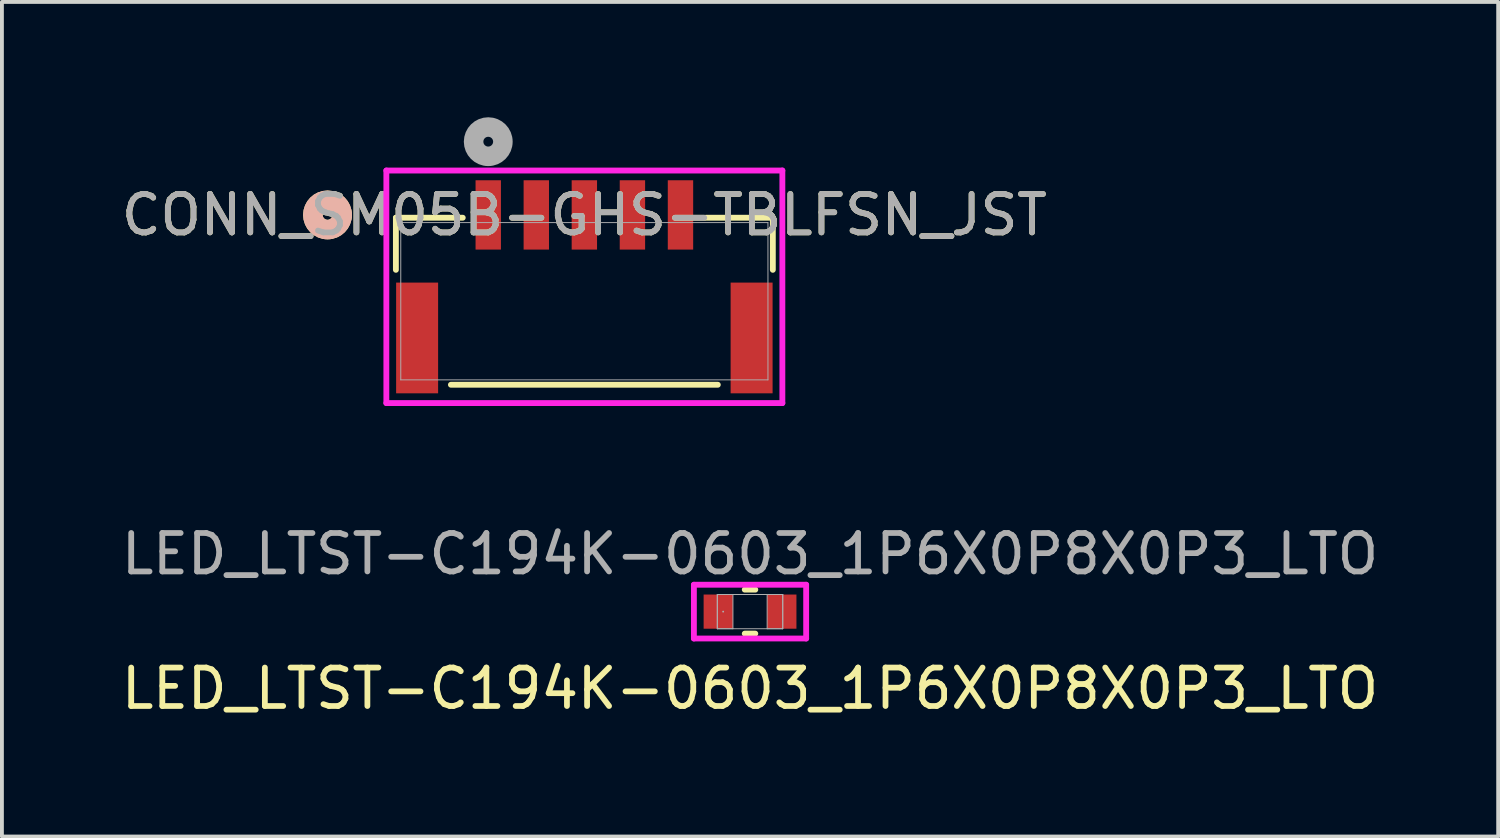
<source format=kicad_pcb>
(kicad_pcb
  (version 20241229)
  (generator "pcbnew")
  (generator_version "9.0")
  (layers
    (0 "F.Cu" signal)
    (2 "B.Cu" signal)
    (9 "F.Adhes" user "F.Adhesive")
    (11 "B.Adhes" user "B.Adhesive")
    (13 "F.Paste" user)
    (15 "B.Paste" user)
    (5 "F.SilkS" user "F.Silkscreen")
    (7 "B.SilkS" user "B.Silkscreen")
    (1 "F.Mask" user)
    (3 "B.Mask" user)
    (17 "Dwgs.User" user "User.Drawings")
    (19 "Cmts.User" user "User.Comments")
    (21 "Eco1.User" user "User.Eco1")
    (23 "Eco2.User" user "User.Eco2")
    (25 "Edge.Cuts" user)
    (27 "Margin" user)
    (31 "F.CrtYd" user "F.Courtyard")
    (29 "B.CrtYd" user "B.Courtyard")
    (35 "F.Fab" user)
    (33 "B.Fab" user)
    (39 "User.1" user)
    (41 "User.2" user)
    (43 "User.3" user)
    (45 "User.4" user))
  (footprint "CONN_SM05B-GHS-TBLFSN_JST"
    (layer "F.Cu")
    (at 12.149 4.785)
    (property "Reference" "CONN_SM05B-GHS-TBLFSN_JST" (at 0 -2.245 0) (unlocked yes) (layer "F.SilkS") (effects (font (size 1 1) (thickness 0.15))))
    (attr smd)
    (fp_line (start -4.902 -2.172) (end -4.902 -0.817) (stroke (width 0.152) (type solid)) (layer "F.SilkS"))
    (fp_line (start -3.471 2.172) (end 3.471 2.172) (stroke (width 0.152) (type solid)) (layer "F.SilkS"))
    (fp_line (start -3.163 -2.172) (end -4.902 -2.172) (stroke (width 0.152) (type solid)) (layer "F.SilkS"))
    (fp_line (start 4.902 -2.172) (end 3.163 -2.172) (stroke (width 0.152) (type solid)) (layer "F.SilkS"))
    (fp_line (start 4.902 -0.817) (end 4.902 -2.172) (stroke (width 0.152) (type solid)) (layer "F.SilkS"))
    (fp_circle (center -6.68 -2.245) (end -6.299 -2.245) (stroke (width 0.508) (type solid)) (fill no) (layer "F.SilkS"))
    (fp_circle (center -6.68 -2.245) (end -6.299 -2.245) (stroke (width 0.508) (type solid)) (fill no) (layer "B.SilkS"))
    (fp_line (start -5.15 -3.4) (end -5.15 2.649) (stroke (width 0.152) (type solid)) (layer "F.CrtYd"))
    (fp_line (start -5.15 2.649) (end 5.15 2.649) (stroke (width 0.152) (type solid)) (layer "F.CrtYd"))
    (fp_line (start 5.15 -3.4) (end -5.15 -3.4) (stroke (width 0.152) (type solid)) (layer "F.CrtYd"))
    (fp_line (start 5.15 2.649) (end 5.15 -3.4) (stroke (width 0.152) (type solid)) (layer "F.CrtYd"))
    (fp_line (start -4.775 -2.045) (end -4.775 2.045) (stroke (width 0.025) (type solid)) (layer "F.Fab"))
    (fp_line (start -4.775 2.045) (end 4.775 2.045) (stroke (width 0.025) (type solid)) (layer "F.Fab"))
    (fp_line (start 4.775 -2.045) (end -4.775 -2.045) (stroke (width 0.025) (type solid)) (layer "F.Fab"))
    (fp_line (start 4.775 2.045) (end 4.775 -2.045) (stroke (width 0.025) (type solid)) (layer "F.Fab"))
    (fp_circle (center -2.5 -4.15) (end -2.119 -4.15) (stroke (width 0.508) (type solid)) (fill no) (layer "F.Fab"))
    (fp_text user "${REFERENCE}" (at 0 -2.245 0) (unlocked yes) (layer "F.Fab") (effects (font (size 1 1) (thickness 0.15))))
    (pad "1" smd rect (at -2.5 -2.245) (size 0.66 1.803) (layers "F.Cu" "F.Mask" "F.Paste"))
    (pad "2" smd rect (at -1.25 -2.245) (size 0.66 1.803) (layers "F.Cu" "F.Mask" "F.Paste"))
    (pad "3" smd rect (at 0 -2.245) (size 0.66 1.803) (layers "F.Cu" "F.Mask" "F.Paste"))
    (pad "4" smd rect (at 1.25 -2.245) (size 0.66 1.803) (layers "F.Cu" "F.Mask" "F.Paste"))
    (pad "5" smd rect (at 2.5 -2.245) (size 0.66 1.803) (layers "F.Cu" "F.Mask" "F.Paste"))
    (pad "6" smd rect (at -4.35 0.955) (size 1.092 2.88) (layers "F.Cu" "F.Mask" "F.Paste"))
    (pad "7" smd rect (at 4.35 0.955) (size 1.092 2.88) (layers "F.Cu" "F.Mask" "F.Paste")))
  (footprint "LED_LTST-C194K-0603_1P6X0P8X0P3_LTO"
    (layer "F.Cu")
    (at 16.458 12.858)
    (property "Reference" "LED_LTST-C194K-0603_1P6X0P8X0P3_LTO" (at 0 2 0) (unlocked yes) (layer "F.SilkS") (effects (font (size 1 1) (thickness 0.15))))
    (attr smd)
    (fp_line (start -0.137 0.572) (end 0.137 0.572) (stroke (width 0.152) (type solid)) (layer "F.SilkS"))
    (fp_line (start 0.137 -0.572) (end -0.137 -0.572) (stroke (width 0.152) (type solid)) (layer "F.SilkS"))
    (fp_line (start -1.46 -0.699) (end 1.46 -0.699) (stroke (width 0.152) (type solid)) (layer "F.CrtYd"))
    (fp_line (start -1.46 0.699) (end -1.46 -0.699) (stroke (width 0.152) (type solid)) (layer "F.CrtYd"))
    (fp_line (start 1.46 -0.699) (end 1.46 0.699) (stroke (width 0.152) (type solid)) (layer "F.CrtYd"))
    (fp_line (start 1.46 0.699) (end -1.46 0.699) (stroke (width 0.152) (type solid)) (layer "F.CrtYd"))
    (fp_line (start -0.851 -0.445) (end -0.851 0.445) (stroke (width 0.025) (type solid)) (layer "F.Fab"))
    (fp_line (start -0.851 -0.445) (end -0.851 0.445) (stroke (width 0.025) (type solid)) (layer "F.Fab"))
    (fp_line (start -0.851 0.445) (end -0.445 0.445) (stroke (width 0.025) (type solid)) (layer "F.Fab"))
    (fp_line (start -0.851 0.445) (end 0.851 0.445) (stroke (width 0.025) (type solid)) (layer "F.Fab"))
    (fp_line (start -0.445 -0.445) (end -0.851 -0.445) (stroke (width 0.025) (type solid)) (layer "F.Fab"))
    (fp_line (start -0.445 0.445) (end -0.445 -0.445) (stroke (width 0.025) (type solid)) (layer "F.Fab"))
    (fp_line (start 0.445 -0.445) (end 0.445 0.445) (stroke (width 0.025) (type solid)) (layer "F.Fab"))
    (fp_line (start 0.445 0.445) (end 0.851 0.445) (stroke (width 0.025) (type solid)) (layer "F.Fab"))
    (fp_line (start 0.851 -0.445) (end -0.851 -0.445) (stroke (width 0.025) (type solid)) (layer "F.Fab"))
    (fp_line (start 0.851 -0.445) (end 0.445 -0.445) (stroke (width 0.025) (type solid)) (layer "F.Fab"))
    (fp_line (start 0.851 0.445) (end 0.851 -0.445) (stroke (width 0.025) (type solid)) (layer "F.Fab"))
    (fp_line (start 0.851 0.445) (end 0.851 -0.445) (stroke (width 0.025) (type solid)) (layer "F.Fab"))
    (fp_circle (center -0.699 0) (end -0.699 0) (stroke (width 0.025) (type solid)) (fill no) (layer "F.Fab"))
    (fp_text user "${REFERENCE}" (at 0 -1.5 0) (unlocked yes) (layer "F.Fab") (effects (font (size 1 1) (thickness 0.15))))
    (pad "1" smd rect (at -0.826 0) (size 0.762 0.889) (layers "F.Cu" "F.Mask" "F.Paste"))
    (pad "2" smd rect (at 0.826 0) (size 0.762 0.889) (layers "F.Cu" "F.Mask" "F.Paste"))
    (zone (net_name "") (layer "F.Cu") (hatch full 0.508) (connect_pads) (min_thickness 0.254) (filled_areas_thickness no) (keepout (tracks not_allowed) (vias not_allowed) (pads allowed) (copperpour not_allowed) (footprints allowed)) (placement (enabled no)) (fill) (polygon (pts (xy 16.065 12.465) (xy 16.852 12.465) (xy 16.852 13.252) (xy 16.065 13.252)))))
  (gr_rect
    (start -3 -3)
    (end 35.917 18.707)
    (stroke (width 0.1) (type default))
    (fill no)
    (layer "Edge.Cuts")))
</source>
